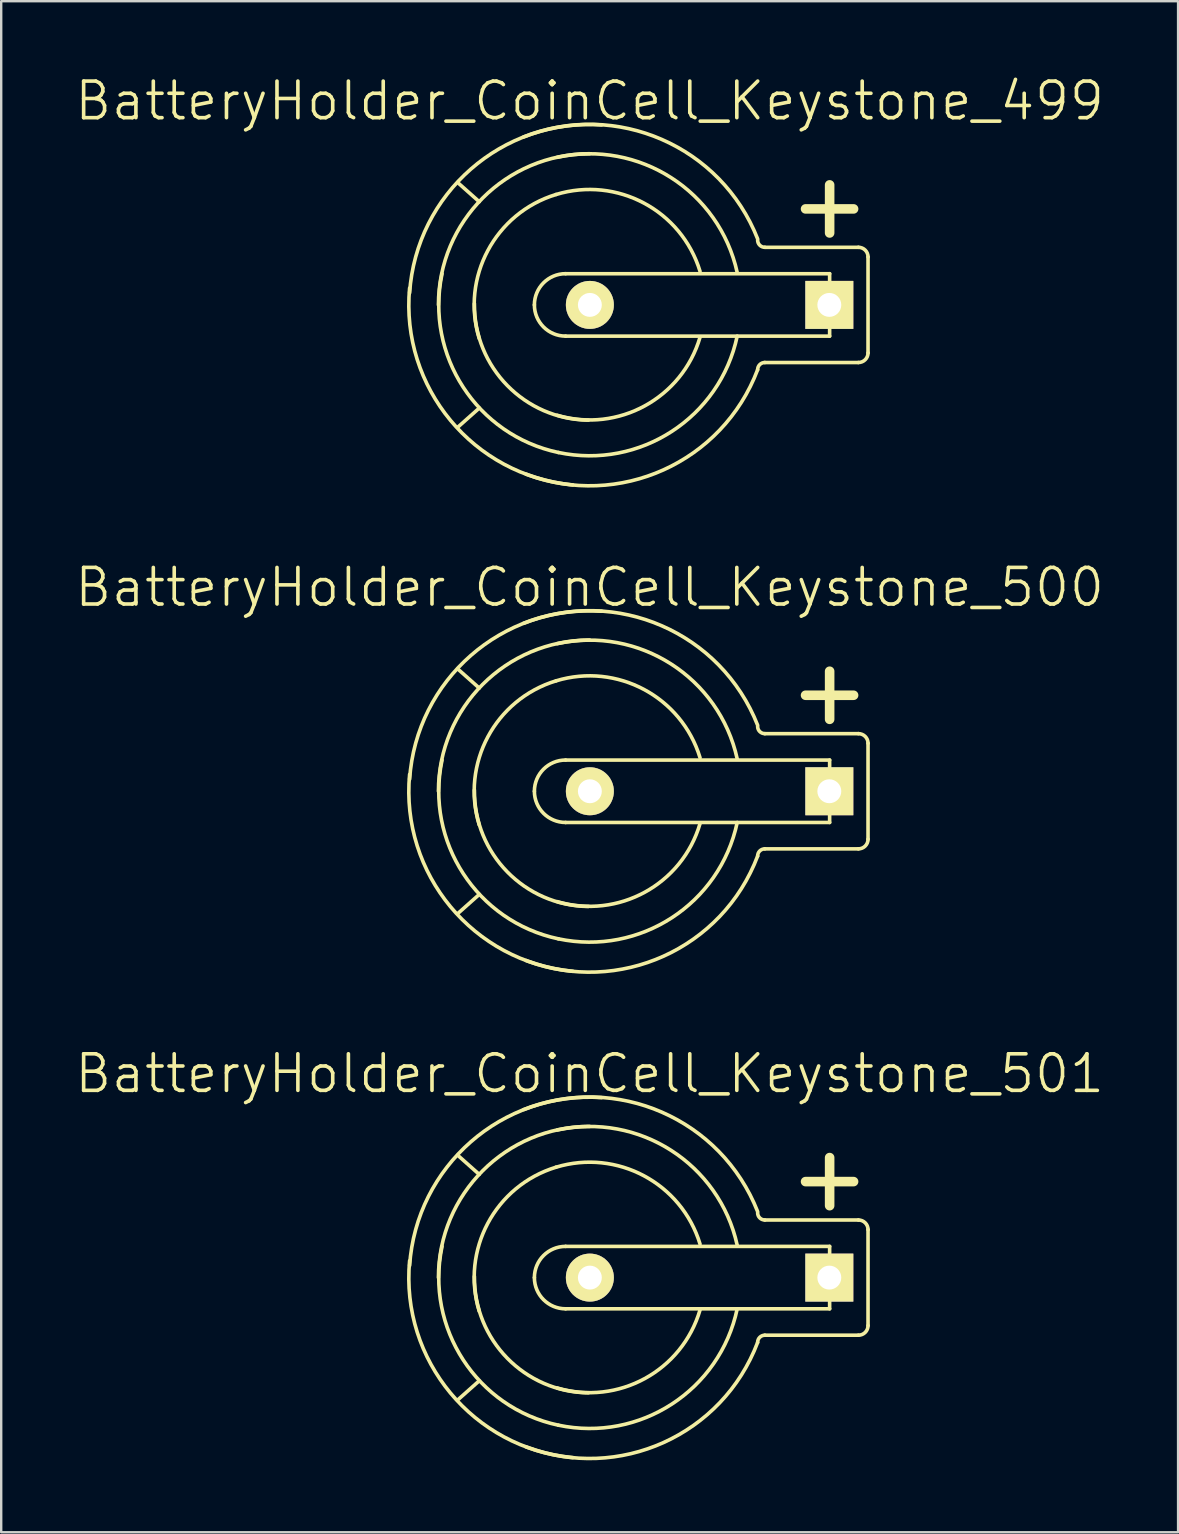
<source format=kicad_pcb>
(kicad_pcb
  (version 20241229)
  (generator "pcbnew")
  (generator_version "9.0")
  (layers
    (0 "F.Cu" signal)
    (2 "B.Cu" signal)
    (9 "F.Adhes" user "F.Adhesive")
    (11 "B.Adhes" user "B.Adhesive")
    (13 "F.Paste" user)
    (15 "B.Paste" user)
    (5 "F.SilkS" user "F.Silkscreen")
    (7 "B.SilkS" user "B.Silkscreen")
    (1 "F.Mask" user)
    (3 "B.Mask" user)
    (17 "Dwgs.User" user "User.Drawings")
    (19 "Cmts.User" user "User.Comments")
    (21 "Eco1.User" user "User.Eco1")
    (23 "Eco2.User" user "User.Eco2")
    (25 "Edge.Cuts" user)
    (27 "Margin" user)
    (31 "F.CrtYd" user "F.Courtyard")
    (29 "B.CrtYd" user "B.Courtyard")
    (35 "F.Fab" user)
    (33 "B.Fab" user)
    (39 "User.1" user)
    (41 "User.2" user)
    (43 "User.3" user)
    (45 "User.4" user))
  (footprint "BatteryHolder_CoinCell_Keystone_500"
    (layer "F.Cu")
    (at 21.517 29.918)
    (property "Reference" "BatteryHolder_CoinCell_Keystone_500" (at 0 -8.499 0) (layer "F.SilkS") (effects (font (size 1.524 1.524) (thickness 0.15))))
    (attr through_hole)
    (fp_line (start -5.499 -5.1) (end -4.6 -4.3) (stroke (width 0.15) (type solid)) (layer "F.SilkS"))
    (fp_line (start -5.499 5.1) (end -4.6 4.3) (stroke (width 0.15) (type solid)) (layer "F.SilkS"))
    (fp_line (start -1.001 -1.3) (end 10 -1.3) (stroke (width 0.15) (type solid)) (layer "F.SilkS"))
    (fp_line (start 8.997 -4) (end 10.998 -4) (stroke (width 0.399) (type solid)) (layer "F.SilkS"))
    (fp_line (start 10 -2.997) (end 10 -5.001) (stroke (width 0.399) (type solid)) (layer "F.SilkS"))
    (fp_line (start 10 -1.3) (end 10 1.3) (stroke (width 0.15) (type solid)) (layer "F.SilkS"))
    (fp_line (start 10 1.3) (end -1.001 1.3) (stroke (width 0.15) (type solid)) (layer "F.SilkS"))
    (fp_line (start 11.199 -2.4) (end 7.3 -2.4) (stroke (width 0.15) (type solid)) (layer "F.SilkS"))
    (fp_line (start 11.199 2.4) (end 7.3 2.4) (stroke (width 0.15) (type solid)) (layer "F.SilkS"))
    (fp_line (start 11.6 1.999) (end 11.6 -1.999) (stroke (width 0.15) (type solid)) (layer "F.SilkS"))
    (fp_arc (start -7.50062 -0.50038) (mid -4.949917 -5.657561) (end 0.50038 -7.50062) (stroke (width 0.15) (type solid)) (layer "F.SilkS"))
    (fp_arc (start -6.2992 0) (mid -4.454207 -4.454207) (end 0 -6.2992) (stroke (width 0.15) (type solid)) (layer "F.SilkS"))
    (fp_arc (start -4.59994 1.39954) (mid -4.242273 -2.263025) (end -1.39954 -4.59994) (stroke (width 0.15) (type solid)) (layer "F.SilkS"))
    (fp_arc (start -2.75082 -7.00024) (mid 3.004794 -6.895041) (end 7.00024 -2.75082) (stroke (width 0.15) (type solid)) (layer "F.SilkS"))
    (fp_arc (start -2.30124 0) (mid -1.920338 -0.919578) (end -1.00076 -1.30048) (stroke (width 0.15) (type solid)) (layer "F.SilkS"))
    (fp_arc (start -1.39954 -4.59994) (mid 2.263025 -4.242273) (end 4.59994 -1.39954) (stroke (width 0.15) (type solid)) (layer "F.SilkS"))
    (fp_arc (start -1.34874 -6.14934) (mid 3.394537 -5.301943) (end 6.14934 -1.34874) (stroke (width 0.15) (type solid)) (layer "F.SilkS"))
    (fp_arc (start -1.30048 6.14934) (mid -5.267818 3.428662) (end -6.14934 -1.30048) (stroke (width 0.15) (type solid)) (layer "F.SilkS"))
    (fp_arc (start -1.00076 1.30048) (mid -1.920338 0.919578) (end -2.30124 0) (stroke (width 0.15) (type solid)) (layer "F.SilkS"))
    (fp_arc (start -0.70104 7.50062) (mid -5.799449 4.808029) (end -7.50062 -0.70104) (stroke (width 0.15) (type solid)) (layer "F.SilkS"))
    (fp_arc (start -0.0508 4.8006) (mid -3.430458 3.358616) (end -4.8006 -0.0508) (stroke (width 0.15) (type solid)) (layer "F.SilkS"))
    (fp_arc (start 4.59994 1.34874) (mid 2.298946 4.206352) (end -1.34874 4.59994) (stroke (width 0.15) (type solid)) (layer "F.SilkS"))
    (fp_arc (start 6.14934 1.30048) (mid 3.428662 5.267818) (end -1.30048 6.14934) (stroke (width 0.15) (type solid)) (layer "F.SilkS"))
    (fp_arc (start 7.00024 2.70002) (mid 3.076636 6.873999) (end -2.64922 7.05104) (stroke (width 0.15) (type solid)) (layer "F.SilkS"))
    (fp_arc (start 7.00024 2.70002) (mid 7.088026 2.488086) (end 7.29996 2.4003) (stroke (width 0.15) (type solid)) (layer "F.SilkS"))
    (fp_arc (start 7.29996 -2.4003) (mid 7.088026 -2.488086) (end 7.00024 -2.70002) (stroke (width 0.15) (type solid)) (layer "F.SilkS"))
    (fp_arc (start 11.19886 -2.4003) (mid 11.482636 -2.282756) (end 11.60018 -1.99898) (stroke (width 0.15) (type solid)) (layer "F.SilkS"))
    (fp_arc (start 11.60018 1.99898) (mid 11.482636 2.282756) (end 11.19886 2.4003) (stroke (width 0.15) (type solid)) (layer "F.SilkS"))
    (pad "1" thru_hole rect (at 9.987 0) (size 1.999 1.999) (drill 0.996) (layers "*.Cu" "*.Mask" "F.SilkS"))
    (pad "2" thru_hole circle (at 0.01 0) (size 1.999 1.999) (drill 0.996) (layers "*.Cu" "*.Mask" "F.SilkS")))
  (footprint "BatteryHolder_CoinCell_Keystone_499"
    (layer "F.Cu")
    (at 21.517 9.654)
    (property "Reference" "BatteryHolder_CoinCell_Keystone_499" (at 0 -8.499 0) (layer "F.SilkS") (effects (font (size 1.524 1.524) (thickness 0.15))))
    (attr through_hole)
    (fp_line (start -5.499 -5.1) (end -4.6 -4.3) (stroke (width 0.15) (type solid)) (layer "F.SilkS"))
    (fp_line (start -5.499 5.1) (end -4.6 4.3) (stroke (width 0.15) (type solid)) (layer "F.SilkS"))
    (fp_line (start -1.001 -1.3) (end 10 -1.3) (stroke (width 0.15) (type solid)) (layer "F.SilkS"))
    (fp_line (start 8.997 -4) (end 10.998 -4) (stroke (width 0.399) (type solid)) (layer "F.SilkS"))
    (fp_line (start 10 -2.997) (end 10 -5.001) (stroke (width 0.399) (type solid)) (layer "F.SilkS"))
    (fp_line (start 10 -1.3) (end 10 1.3) (stroke (width 0.15) (type solid)) (layer "F.SilkS"))
    (fp_line (start 10 1.3) (end -1.001 1.3) (stroke (width 0.15) (type solid)) (layer "F.SilkS"))
    (fp_line (start 11.199 -2.4) (end 7.3 -2.4) (stroke (width 0.15) (type solid)) (layer "F.SilkS"))
    (fp_line (start 11.199 2.4) (end 7.3 2.4) (stroke (width 0.15) (type solid)) (layer "F.SilkS"))
    (fp_line (start 11.6 1.999) (end 11.6 -1.999) (stroke (width 0.15) (type solid)) (layer "F.SilkS"))
    (fp_arc (start -7.50062 -0.50038) (mid -4.949917 -5.657561) (end 0.50038 -7.50062) (stroke (width 0.15) (type solid)) (layer "F.SilkS"))
    (fp_arc (start -6.2992 0) (mid -4.454207 -4.454207) (end 0 -6.2992) (stroke (width 0.15) (type solid)) (layer "F.SilkS"))
    (fp_arc (start -4.59994 1.39954) (mid -4.242273 -2.263025) (end -1.39954 -4.59994) (stroke (width 0.15) (type solid)) (layer "F.SilkS"))
    (fp_arc (start -2.75082 -7.00024) (mid 3.004794 -6.895041) (end 7.00024 -2.75082) (stroke (width 0.15) (type solid)) (layer "F.SilkS"))
    (fp_arc (start -2.30124 0) (mid -1.920338 -0.919578) (end -1.00076 -1.30048) (stroke (width 0.15) (type solid)) (layer "F.SilkS"))
    (fp_arc (start -1.39954 -4.59994) (mid 2.263025 -4.242273) (end 4.59994 -1.39954) (stroke (width 0.15) (type solid)) (layer "F.SilkS"))
    (fp_arc (start -1.34874 -6.14934) (mid 3.394537 -5.301943) (end 6.14934 -1.34874) (stroke (width 0.15) (type solid)) (layer "F.SilkS"))
    (fp_arc (start -1.30048 6.14934) (mid -5.267818 3.428662) (end -6.14934 -1.30048) (stroke (width 0.15) (type solid)) (layer "F.SilkS"))
    (fp_arc (start -1.00076 1.30048) (mid -1.920338 0.919578) (end -2.30124 0) (stroke (width 0.15) (type solid)) (layer "F.SilkS"))
    (fp_arc (start -0.70104 7.50062) (mid -5.799449 4.808029) (end -7.50062 -0.70104) (stroke (width 0.15) (type solid)) (layer "F.SilkS"))
    (fp_arc (start -0.0508 4.8006) (mid -3.430458 3.358616) (end -4.8006 -0.0508) (stroke (width 0.15) (type solid)) (layer "F.SilkS"))
    (fp_arc (start 4.59994 1.34874) (mid 2.298946 4.206352) (end -1.34874 4.59994) (stroke (width 0.15) (type solid)) (layer "F.SilkS"))
    (fp_arc (start 6.14934 1.30048) (mid 3.428662 5.267818) (end -1.30048 6.14934) (stroke (width 0.15) (type solid)) (layer "F.SilkS"))
    (fp_arc (start 7.00024 2.70002) (mid 3.076636 6.873999) (end -2.64922 7.05104) (stroke (width 0.15) (type solid)) (layer "F.SilkS"))
    (fp_arc (start 7.00024 2.70002) (mid 7.088026 2.488086) (end 7.29996 2.4003) (stroke (width 0.15) (type solid)) (layer "F.SilkS"))
    (fp_arc (start 7.29996 -2.4003) (mid 7.088026 -2.488086) (end 7.00024 -2.70002) (stroke (width 0.15) (type solid)) (layer "F.SilkS"))
    (fp_arc (start 11.19886 -2.4003) (mid 11.482636 -2.282756) (end 11.60018 -1.99898) (stroke (width 0.15) (type solid)) (layer "F.SilkS"))
    (fp_arc (start 11.60018 1.99898) (mid 11.482636 2.282756) (end 11.19886 2.4003) (stroke (width 0.15) (type solid)) (layer "F.SilkS"))
    (pad "1" thru_hole rect (at 9.987 0) (size 1.999 1.999) (drill 0.996) (layers "*.Cu" "*.Mask" "F.SilkS"))
    (pad "2" thru_hole circle (at 0.01 0) (size 1.999 1.999) (drill 0.996) (layers "*.Cu" "*.Mask" "F.SilkS")))
  (footprint "BatteryHolder_CoinCell_Keystone_501"
    (layer "F.Cu")
    (at 21.517 50.182)
    (property "Reference" "BatteryHolder_CoinCell_Keystone_501" (at 0 -8.499 0) (layer "F.SilkS") (effects (font (size 1.524 1.524) (thickness 0.15))))
    (attr through_hole)
    (fp_line (start -5.499 -5.1) (end -4.6 -4.3) (stroke (width 0.15) (type solid)) (layer "F.SilkS"))
    (fp_line (start -5.499 5.1) (end -4.6 4.3) (stroke (width 0.15) (type solid)) (layer "F.SilkS"))
    (fp_line (start -1.001 -1.3) (end 10 -1.3) (stroke (width 0.15) (type solid)) (layer "F.SilkS"))
    (fp_line (start 8.997 -4) (end 10.998 -4) (stroke (width 0.399) (type solid)) (layer "F.SilkS"))
    (fp_line (start 10 -2.997) (end 10 -5.001) (stroke (width 0.399) (type solid)) (layer "F.SilkS"))
    (fp_line (start 10 -1.3) (end 10 1.3) (stroke (width 0.15) (type solid)) (layer "F.SilkS"))
    (fp_line (start 10 1.3) (end -1.001 1.3) (stroke (width 0.15) (type solid)) (layer "F.SilkS"))
    (fp_line (start 11.199 -2.4) (end 7.3 -2.4) (stroke (width 0.15) (type solid)) (layer "F.SilkS"))
    (fp_line (start 11.199 2.4) (end 7.3 2.4) (stroke (width 0.15) (type solid)) (layer "F.SilkS"))
    (fp_line (start 11.6 1.999) (end 11.6 -1.999) (stroke (width 0.15) (type solid)) (layer "F.SilkS"))
    (fp_arc (start -7.50062 -0.50038) (mid -4.949917 -5.657561) (end 0.50038 -7.50062) (stroke (width 0.15) (type solid)) (layer "F.SilkS"))
    (fp_arc (start -6.2992 0) (mid -4.454207 -4.454207) (end 0 -6.2992) (stroke (width 0.15) (type solid)) (layer "F.SilkS"))
    (fp_arc (start -4.59994 1.39954) (mid -4.242273 -2.263025) (end -1.39954 -4.59994) (stroke (width 0.15) (type solid)) (layer "F.SilkS"))
    (fp_arc (start -2.75082 -7.00024) (mid 3.004794 -6.895041) (end 7.00024 -2.75082) (stroke (width 0.15) (type solid)) (layer "F.SilkS"))
    (fp_arc (start -2.30124 0) (mid -1.920338 -0.919578) (end -1.00076 -1.30048) (stroke (width 0.15) (type solid)) (layer "F.SilkS"))
    (fp_arc (start -1.39954 -4.59994) (mid 2.263025 -4.242273) (end 4.59994 -1.39954) (stroke (width 0.15) (type solid)) (layer "F.SilkS"))
    (fp_arc (start -1.34874 -6.14934) (mid 3.394537 -5.301943) (end 6.14934 -1.34874) (stroke (width 0.15) (type solid)) (layer "F.SilkS"))
    (fp_arc (start -1.30048 6.14934) (mid -5.267818 3.428662) (end -6.14934 -1.30048) (stroke (width 0.15) (type solid)) (layer "F.SilkS"))
    (fp_arc (start -1.00076 1.30048) (mid -1.920338 0.919578) (end -2.30124 0) (stroke (width 0.15) (type solid)) (layer "F.SilkS"))
    (fp_arc (start -0.70104 7.50062) (mid -5.799449 4.808029) (end -7.50062 -0.70104) (stroke (width 0.15) (type solid)) (layer "F.SilkS"))
    (fp_arc (start -0.0508 4.8006) (mid -3.430458 3.358616) (end -4.8006 -0.0508) (stroke (width 0.15) (type solid)) (layer "F.SilkS"))
    (fp_arc (start 4.59994 1.34874) (mid 2.298946 4.206352) (end -1.34874 4.59994) (stroke (width 0.15) (type solid)) (layer "F.SilkS"))
    (fp_arc (start 6.14934 1.30048) (mid 3.428662 5.267818) (end -1.30048 6.14934) (stroke (width 0.15) (type solid)) (layer "F.SilkS"))
    (fp_arc (start 7.00024 2.70002) (mid 3.076636 6.873999) (end -2.64922 7.05104) (stroke (width 0.15) (type solid)) (layer "F.SilkS"))
    (fp_arc (start 7.00024 2.70002) (mid 7.088026 2.488086) (end 7.29996 2.4003) (stroke (width 0.15) (type solid)) (layer "F.SilkS"))
    (fp_arc (start 7.29996 -2.4003) (mid 7.088026 -2.488086) (end 7.00024 -2.70002) (stroke (width 0.15) (type solid)) (layer "F.SilkS"))
    (fp_arc (start 11.19886 -2.4003) (mid 11.482636 -2.282756) (end 11.60018 -1.99898) (stroke (width 0.15) (type solid)) (layer "F.SilkS"))
    (fp_arc (start 11.60018 1.99898) (mid 11.482636 2.282756) (end 11.19886 2.4003) (stroke (width 0.15) (type solid)) (layer "F.SilkS"))
    (pad "1" thru_hole rect (at 9.987 0) (size 1.999 1.999) (drill 0.996) (layers "*.Cu" "*.Mask" "F.SilkS"))
    (pad "2" thru_hole circle (at 0.01 0) (size 1.999 1.999) (drill 0.996) (layers "*.Cu" "*.Mask" "F.SilkS")))
  (gr_rect
    (start -3 -3)
    (end 46.035 60.793)
    (stroke (width 0.1) (type default))
    (fill no)
    (layer "Edge.Cuts")))
</source>
